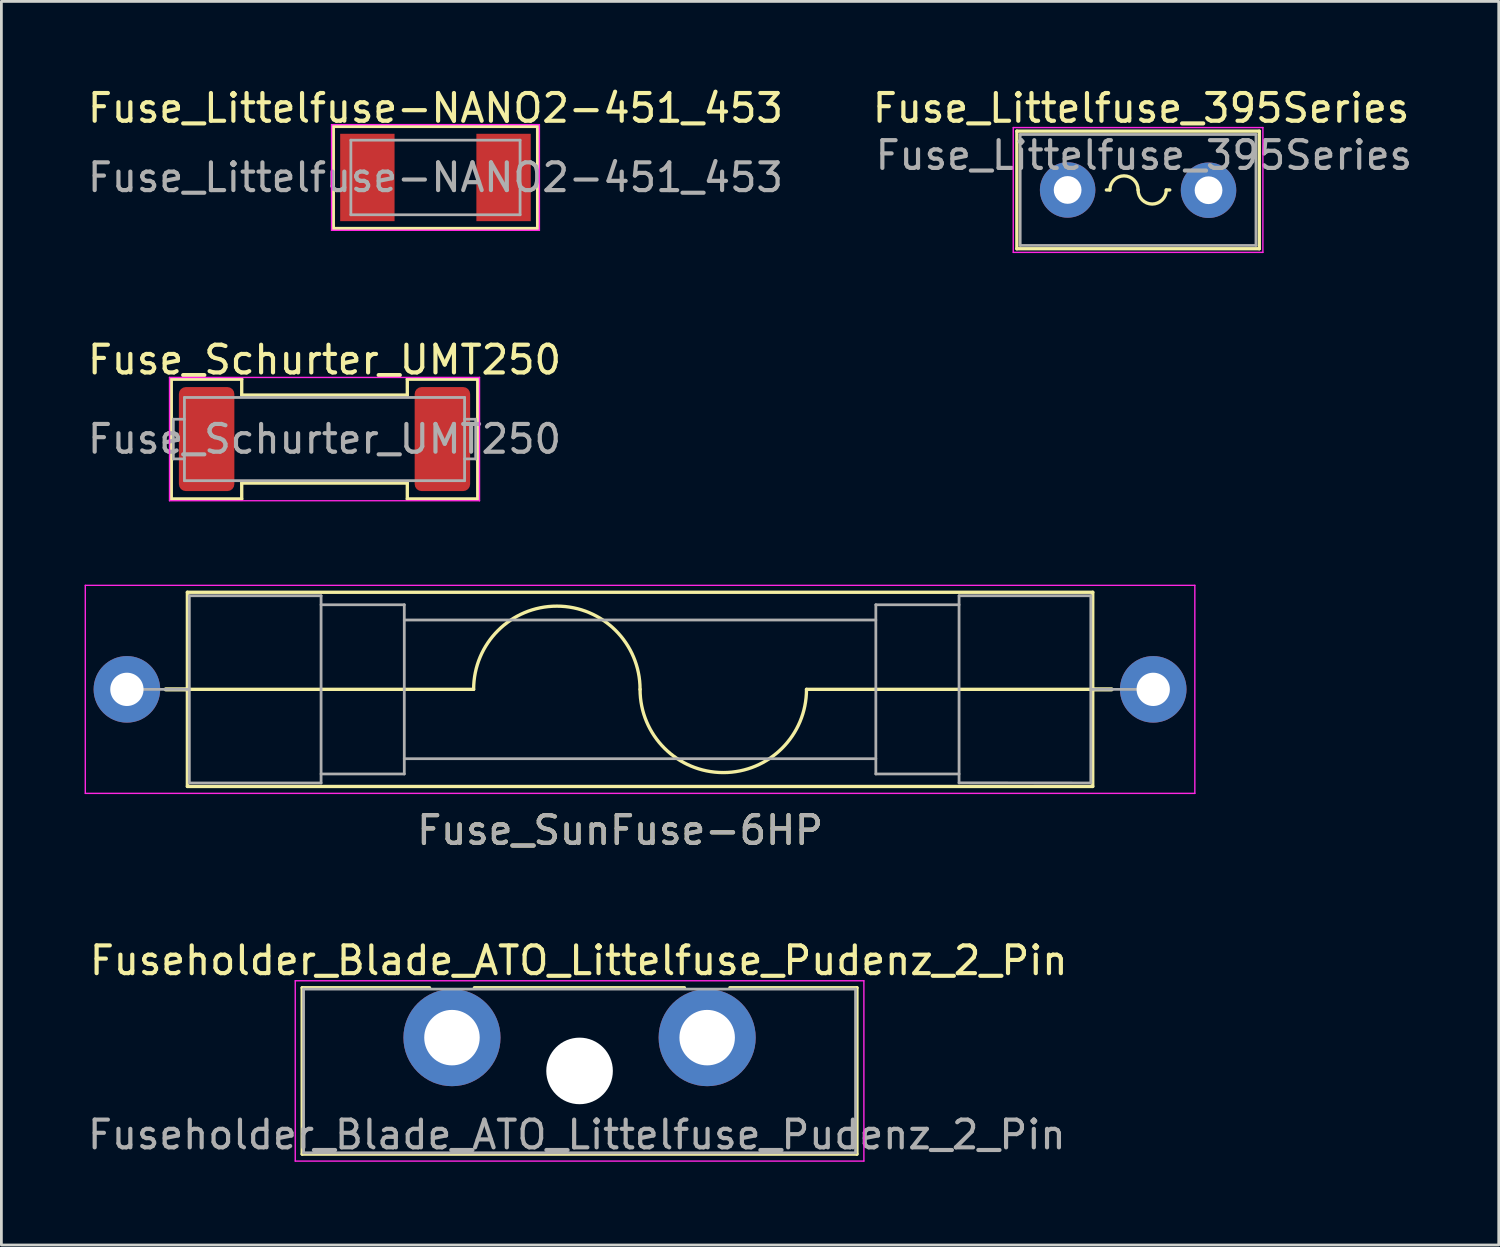
<source format=kicad_pcb>
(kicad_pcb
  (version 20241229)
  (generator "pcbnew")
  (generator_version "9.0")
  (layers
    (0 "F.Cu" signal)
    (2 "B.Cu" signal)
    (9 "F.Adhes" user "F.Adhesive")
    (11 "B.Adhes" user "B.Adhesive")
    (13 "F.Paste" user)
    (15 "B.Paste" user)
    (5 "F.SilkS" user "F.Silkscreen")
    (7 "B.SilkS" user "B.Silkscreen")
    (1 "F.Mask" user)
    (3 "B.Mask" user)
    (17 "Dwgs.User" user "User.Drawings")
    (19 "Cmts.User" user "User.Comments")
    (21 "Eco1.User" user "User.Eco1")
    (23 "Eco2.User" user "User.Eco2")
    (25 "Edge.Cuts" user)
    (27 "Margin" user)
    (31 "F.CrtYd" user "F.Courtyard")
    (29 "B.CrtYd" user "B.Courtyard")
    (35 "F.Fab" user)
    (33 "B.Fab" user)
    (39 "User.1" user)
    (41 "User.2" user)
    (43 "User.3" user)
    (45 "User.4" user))
  (footprint "Fuse_Littelfuse-NANO2-451_453"
    (layer "F.Cu")
    (at 12.649 3.348)
    (property "Reference" "Fuse_Littelfuse-NANO2-451_453" (at 0 -2.5 0) (unlocked yes) (layer "F.SilkS") (effects (font (size 1 1) (thickness 0.15))))
    (attr smd)
    (fp_line (start -3.683 -1.841) (end 3.683 -1.841) (stroke (width 0.12) (type solid)) (layer "F.SilkS"))
    (fp_line (start -3.683 1.841) (end -3.683 -1.841) (stroke (width 0.12) (type solid)) (layer "F.SilkS"))
    (fp_line (start 3.683 -1.841) (end 3.683 1.841) (stroke (width 0.12) (type solid)) (layer "F.SilkS"))
    (fp_line (start 3.683 1.841) (end -3.683 1.841) (stroke (width 0.12) (type solid)) (layer "F.SilkS"))
    (fp_line (start -3.747 -1.905) (end 3.747 -1.905) (stroke (width 0.05) (type solid)) (layer "F.CrtYd"))
    (fp_line (start -3.747 1.905) (end -3.747 -1.905) (stroke (width 0.05) (type solid)) (layer "F.CrtYd"))
    (fp_line (start 3.747 -1.905) (end 3.747 1.905) (stroke (width 0.05) (type solid)) (layer "F.CrtYd"))
    (fp_line (start 3.747 1.905) (end -3.747 1.905) (stroke (width 0.05) (type solid)) (layer "F.CrtYd"))
    (fp_line (start -3.05 -1.345) (end -3.05 1.345) (stroke (width 0.1) (type solid)) (layer "F.Fab"))
    (fp_line (start -3.05 -1.345) (end 3.05 -1.345) (stroke (width 0.1) (type solid)) (layer "F.Fab"))
    (fp_line (start -3.05 1.345) (end 3.05 1.345) (stroke (width 0.1) (type solid)) (layer "F.Fab"))
    (fp_line (start 3.05 1.345) (end 3.05 -1.345) (stroke (width 0.1) (type solid)) (layer "F.Fab"))
    (fp_text user "${REFERENCE}" (at 0 0 0) (layer "F.Fab") (effects (font (size 1 1) (thickness 0.15))))
    (pad "1" smd rect (at -2.455 0) (size 1.96 3.15) (layers "F.Cu" "F.Mask" "F.Paste"))
    (pad "2" smd rect (at 2.455 0) (size 1.96 3.15) (layers "F.Cu" "F.Mask" "F.Paste")))
  (footprint "Fuse_Schurter_UMT250"
    (layer "F.Cu")
    (at 8.649 12.779)
    (property "Reference" "Fuse_Schurter_UMT250" (at 0 -2.857 0) (layer "F.SilkS") (effects (font (size 1 1) (thickness 0.15))))
    (attr smd)
    (fp_line (start -5.524 -2.159) (end -5.524 2.159) (stroke (width 0.12) (type solid)) (layer "F.SilkS"))
    (fp_line (start -5.524 2.159) (end -2.985 2.159) (stroke (width 0.12) (type solid)) (layer "F.SilkS"))
    (fp_line (start -2.985 -2.159) (end -5.524 -2.159) (stroke (width 0.12) (type solid)) (layer "F.SilkS"))
    (fp_line (start -2.985 -1.587) (end -2.985 -2.159) (stroke (width 0.12) (type solid)) (layer "F.SilkS"))
    (fp_line (start -2.985 1.587) (end 2.985 1.587) (stroke (width 0.12) (type solid)) (layer "F.SilkS"))
    (fp_line (start -2.985 2.159) (end -2.985 1.587) (stroke (width 0.12) (type solid)) (layer "F.SilkS"))
    (fp_line (start 2.985 -2.159) (end 2.985 -1.587) (stroke (width 0.12) (type solid)) (layer "F.SilkS"))
    (fp_line (start 2.985 -1.587) (end -2.985 -1.587) (stroke (width 0.12) (type solid)) (layer "F.SilkS"))
    (fp_line (start 2.985 1.587) (end 2.985 2.159) (stroke (width 0.12) (type solid)) (layer "F.SilkS"))
    (fp_line (start 2.985 2.159) (end 5.524 2.159) (stroke (width 0.12) (type solid)) (layer "F.SilkS"))
    (fp_line (start 5.524 -2.159) (end 2.985 -2.159) (stroke (width 0.12) (type solid)) (layer "F.SilkS"))
    (fp_line (start 5.524 2.159) (end 5.524 -2.159) (stroke (width 0.12) (type solid)) (layer "F.SilkS"))
    (fp_line (start -5.588 -2.223) (end 5.588 -2.223) (stroke (width 0.05) (type solid)) (layer "F.CrtYd"))
    (fp_line (start -5.588 2.223) (end -5.588 -2.223) (stroke (width 0.05) (type solid)) (layer "F.CrtYd"))
    (fp_line (start 5.588 -2.223) (end 5.588 2.223) (stroke (width 0.05) (type solid)) (layer "F.CrtYd"))
    (fp_line (start 5.588 2.223) (end -5.588 2.223) (stroke (width 0.05) (type solid)) (layer "F.CrtYd"))
    (fp_line (start -5.45 0.715) (end -5.45 -0.715) (stroke (width 0.1) (type solid)) (layer "F.Fab"))
    (fp_line (start -5.05 -1.5) (end 5.05 -1.5) (stroke (width 0.1) (type solid)) (layer "F.Fab"))
    (fp_line (start -5.05 -0.715) (end -5.45 -0.715) (stroke (width 0.1) (type solid)) (layer "F.Fab"))
    (fp_line (start -5.05 0.715) (end -5.45 0.715) (stroke (width 0.1) (type solid)) (layer "F.Fab"))
    (fp_line (start -5.05 1.5) (end -5.05 -1.5) (stroke (width 0.1) (type solid)) (layer "F.Fab"))
    (fp_line (start 5.05 -1.5) (end 5.05 1.5) (stroke (width 0.1) (type solid)) (layer "F.Fab"))
    (fp_line (start 5.05 -0.715) (end 5.45 -0.715) (stroke (width 0.1) (type solid)) (layer "F.Fab"))
    (fp_line (start 5.05 0.715) (end 5.45 0.715) (stroke (width 0.1) (type solid)) (layer "F.Fab"))
    (fp_line (start 5.05 1.5) (end -5.05 1.5) (stroke (width 0.1) (type solid)) (layer "F.Fab"))
    (fp_line (start 5.45 -0.715) (end 5.45 0.715) (stroke (width 0.1) (type solid)) (layer "F.Fab"))
    (fp_text user "${REFERENCE}" (at 0 0 0) (layer "F.Fab") (effects (font (size 1 1) (thickness 0.15))))
    (pad "1" smd roundrect (at -4.25 0) (size 2 3.75) (layers "F.Cu" "F.Mask" "F.Paste") (roundrect_rratio 0.125))
    (pad "2" smd roundrect (at 4.25 0) (size 2 3.75) (layers "F.Cu" "F.Mask" "F.Paste") (roundrect_rratio 0.125)))
  (footprint "Fuseholder_Blade_ATO_Littelfuse_Pudenz_2_Pin"
    (layer "F.Cu")
    (at 13.244 34.358)
    (property "Reference" "Fuseholder_Blade_ATO_Littelfuse_Pudenz_2_Pin" (at 4.57 -2.78 0) (layer "F.SilkS") (effects (font (size 1 1) (thickness 0.15))))
    (fp_line (start -5.4 -1.8) (end -0.81 -1.8) (stroke (width 0.12) (type solid)) (layer "F.SilkS"))
    (fp_line (start -5.4 4.2) (end -5.4 -1.8) (stroke (width 0.12) (type solid)) (layer "F.SilkS"))
    (fp_line (start 0.81 -1.8) (end 8.38 -1.8) (stroke (width 0.12) (type solid)) (layer "F.SilkS"))
    (fp_line (start 10.02 -1.8) (end 14.6 -1.8) (stroke (width 0.12) (type solid)) (layer "F.SilkS"))
    (fp_line (start 14.6 -1.8) (end 14.6 4.2) (stroke (width 0.12) (type solid)) (layer "F.SilkS"))
    (fp_line (start 14.6 4.2) (end -5.4 4.2) (stroke (width 0.12) (type solid)) (layer "F.SilkS"))
    (fp_line (start -5.65 -2.05) (end -5.65 4.45) (stroke (width 0.05) (type solid)) (layer "F.CrtYd"))
    (fp_line (start -5.65 -2.05) (end 14.85 -2.05) (stroke (width 0.05) (type solid)) (layer "F.CrtYd"))
    (fp_line (start 14.85 4.45) (end -5.65 4.45) (stroke (width 0.05) (type solid)) (layer "F.CrtYd"))
    (fp_line (start 14.85 4.45) (end 14.85 -2.05) (stroke (width 0.05) (type solid)) (layer "F.CrtYd"))
    (fp_line (start -5.35 -1.75) (end 14.55 -1.75) (stroke (width 0.1) (type solid)) (layer "F.Fab"))
    (fp_line (start -5.35 4.15) (end -5.35 -1.75) (stroke (width 0.1) (type solid)) (layer "F.Fab"))
    (fp_line (start 14.55 -1.75) (end 14.55 4.15) (stroke (width 0.1) (type solid)) (layer "F.Fab"))
    (fp_line (start 14.55 4.15) (end -5.35 4.15) (stroke (width 0.1) (type solid)) (layer "F.Fab"))
    (fp_text user "${REFERENCE}" (at 4.5 3.5 0) (layer "F.Fab") (effects (font (size 1 1) (thickness 0.15))))
    (pad "" np_thru_hole circle (at 4.6 1.2) (size 2.4 2.4) (drill 2.4) (layers "*.Cu" "*.Mask"))
    (pad "1" thru_hole circle (at 0 0) (size 3.5 3.5) (drill 2) (layers "*.Cu" "*.Mask"))
    (pad "2" thru_hole circle (at 9.2 0) (size 3.5 3.5) (drill 2) (layers "*.Cu" "*.Mask")))
  (footprint "Fuse_Littelfuse_395Series"
    (layer "F.Cu")
    (at 35.439 3.798)
    (property "Reference" "Fuse_Littelfuse_395Series" (at 2.65 -2.95 0) (layer "F.SilkS") (effects (font (size 1 1) (thickness 0.15))))
    (fp_line (start -1.83 -2.12) (end -1.83 2.12) (stroke (width 0.12) (type solid)) (layer "F.SilkS"))
    (fp_line (start -1.83 -2.12) (end 6.91 -2.12) (stroke (width 0.12) (type solid)) (layer "F.SilkS"))
    (fp_line (start 1.524 0) (end 1.397 0) (stroke (width 0.12) (type solid)) (layer "F.SilkS"))
    (fp_line (start 3.556 0) (end 3.683 0) (stroke (width 0.12) (type solid)) (layer "F.SilkS"))
    (fp_line (start 6.91 2.12) (end -1.83 2.12) (stroke (width 0.12) (type solid)) (layer "F.SilkS"))
    (fp_line (start 6.91 2.12) (end 6.91 -2.12) (stroke (width 0.12) (type solid)) (layer "F.SilkS"))
    (fp_arc (start 1.524 0) (mid 2.032 -0.508) (end 2.54 0) (stroke (width 0.12) (type solid)) (layer "F.SilkS"))
    (fp_arc (start 3.556 0) (mid 3.048 0.508) (end 2.54 0) (stroke (width 0.12) (type solid)) (layer "F.SilkS"))
    (fp_line (start -1.96 -2.25) (end -1.96 2.25) (stroke (width 0.05) (type solid)) (layer "F.CrtYd"))
    (fp_line (start -1.96 -2.25) (end 7.04 -2.25) (stroke (width 0.05) (type solid)) (layer "F.CrtYd"))
    (fp_line (start 7.04 2.25) (end -1.96 2.25) (stroke (width 0.05) (type solid)) (layer "F.CrtYd"))
    (fp_line (start 7.04 2.25) (end 7.04 -2.25) (stroke (width 0.05) (type solid)) (layer "F.CrtYd"))
    (fp_line (start -1.71 -2) (end -1.71 2) (stroke (width 0.1) (type solid)) (layer "F.Fab"))
    (fp_line (start -1.71 2) (end 6.79 2) (stroke (width 0.1) (type solid)) (layer "F.Fab"))
    (fp_line (start 6.79 -2) (end -1.71 -2) (stroke (width 0.1) (type solid)) (layer "F.Fab"))
    (fp_line (start 6.79 2) (end 6.79 -2) (stroke (width 0.1) (type solid)) (layer "F.Fab"))
    (fp_text user "${REFERENCE}" (at 2.75 -1.25 0) (layer "F.Fab") (effects (font (size 1 1) (thickness 0.15))))
    (pad "1" thru_hole circle (at 0 0) (size 2 2) (drill 1) (layers "*.Cu" "*.Mask"))
    (pad "2" thru_hole circle (at 5.08 0.01) (size 2 2) (drill 1) (layers "*.Cu" "*.Mask")))
  (footprint "Fuse_SunFuse-6HP"
    (layer "F.Cu")
    (at 1.525 21.802)
    (property "Reference" "Fuse_SunFuse-6HP" (at 17.78 5.08 0) (layer "F.SilkS") (effects (font (size 1 1) (thickness 0.15))))
    (fp_line (start 1.4 0) (end 2.18 0) (stroke (width 0.15) (type solid)) (layer "F.SilkS"))
    (fp_line (start 2.18 -3.5) (end 2.18 3.5) (stroke (width 0.12) (type solid)) (layer "F.SilkS"))
    (fp_line (start 2.18 -3.5) (end 34.82 -3.5) (stroke (width 0.12) (type solid)) (layer "F.SilkS"))
    (fp_line (start 2.18 3.5) (end 34.82 3.5) (stroke (width 0.12) (type solid)) (layer "F.SilkS"))
    (fp_line (start 12.5 0) (end 2.18 0) (stroke (width 0.12) (type solid)) (layer "F.SilkS"))
    (fp_line (start 24.5 0) (end 34.82 0) (stroke (width 0.12) (type solid)) (layer "F.SilkS"))
    (fp_line (start 34.82 0) (end 35.5 0) (stroke (width 0.15) (type solid)) (layer "F.SilkS"))
    (fp_line (start 34.82 3.5) (end 34.82 -3.5) (stroke (width 0.12) (type solid)) (layer "F.SilkS"))
    (fp_arc (start 12.5 0) (mid 15.5 -3) (end 18.5 0) (stroke (width 0.12) (type solid)) (layer "F.SilkS"))
    (fp_arc (start 24.5 0) (mid 21.5 3) (end 18.5 0) (stroke (width 0.12) (type solid)) (layer "F.SilkS"))
    (fp_line (start -1.5 -3.75) (end -1.5 3.75) (stroke (width 0.05) (type solid)) (layer "F.CrtYd"))
    (fp_line (start -1.5 -3.75) (end 38.5 -3.75) (stroke (width 0.05) (type solid)) (layer "F.CrtYd"))
    (fp_line (start -1.5 3.75) (end 38.5 3.75) (stroke (width 0.05) (type solid)) (layer "F.CrtYd"))
    (fp_line (start 38.5 3.75) (end 38.5 -3.75) (stroke (width 0.05) (type solid)) (layer "F.CrtYd"))
    (fp_line (start 0 0) (end 2.25 0) (stroke (width 0.1) (type solid)) (layer "F.Fab"))
    (fp_line (start 2.25 -3.375) (end 2.25 3.375) (stroke (width 0.1) (type solid)) (layer "F.Fab"))
    (fp_line (start 2.25 -3.375) (end 7 -3.375) (stroke (width 0.1) (type solid)) (layer "F.Fab"))
    (fp_line (start 2.25 3.375) (end 7 3.375) (stroke (width 0.1) (type solid)) (layer "F.Fab"))
    (fp_line (start 7 -3.375) (end 7 3.375) (stroke (width 0.1) (type solid)) (layer "F.Fab"))
    (fp_line (start 7 -3.05) (end 10 -3.05) (stroke (width 0.1) (type solid)) (layer "F.Fab"))
    (fp_line (start 7 3.05) (end 10 3.05) (stroke (width 0.1) (type solid)) (layer "F.Fab"))
    (fp_line (start 10 -2.5) (end 27 -2.5) (stroke (width 0.1) (type solid)) (layer "F.Fab"))
    (fp_line (start 10 2.5) (end 27 2.5) (stroke (width 0.1) (type solid)) (layer "F.Fab"))
    (fp_line (start 10 3.05) (end 10 -3.05) (stroke (width 0.1) (type solid)) (layer "F.Fab"))
    (fp_line (start 27 -3.05) (end 30 -3.05) (stroke (width 0.1) (type solid)) (layer "F.Fab"))
    (fp_line (start 27 3.05) (end 27 -3.05) (stroke (width 0.1) (type solid)) (layer "F.Fab"))
    (fp_line (start 27 3.05) (end 30 3.05) (stroke (width 0.1) (type solid)) (layer "F.Fab"))
    (fp_line (start 30 -3.375) (end 30 3.375) (stroke (width 0.1) (type solid)) (layer "F.Fab"))
    (fp_line (start 30 -3.375) (end 34.75 -3.375) (stroke (width 0.1) (type solid)) (layer "F.Fab"))
    (fp_line (start 30 3.37) (end 34.75 3.375) (stroke (width 0.1) (type solid)) (layer "F.Fab"))
    (fp_line (start 34.75 -3.375) (end 34.75 3.375) (stroke (width 0.1) (type solid)) (layer "F.Fab"))
    (fp_line (start 34.75 0) (end 37 0) (stroke (width 0.1) (type solid)) (layer "F.Fab"))
    (fp_text user "${REFERENCE}" (at 17.78 5.08 0) (layer "F.Fab") (effects (font (size 1 1) (thickness 0.15))))
    (pad "1" thru_hole circle (at 0 0) (size 2.4 2.4) (drill 1.2) (layers "*.Cu" "*.Mask"))
    (pad "2" thru_hole circle (at 37 0) (size 2.4 2.4) (drill 1.2) (layers "*.Cu" "*.Mask")))
  (gr_rect
    (start -3 -3)
    (end 50.981 41.833)
    (stroke (width 0.1) (type default))
    (fill no)
    (layer "Edge.Cuts")))
</source>
